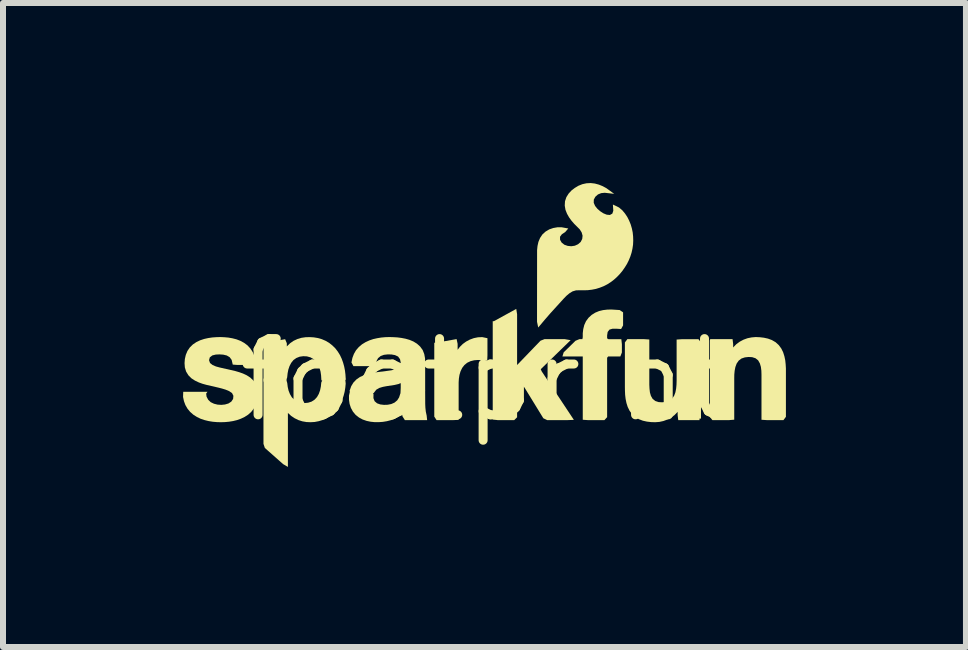
<source format=kicad_pcb>
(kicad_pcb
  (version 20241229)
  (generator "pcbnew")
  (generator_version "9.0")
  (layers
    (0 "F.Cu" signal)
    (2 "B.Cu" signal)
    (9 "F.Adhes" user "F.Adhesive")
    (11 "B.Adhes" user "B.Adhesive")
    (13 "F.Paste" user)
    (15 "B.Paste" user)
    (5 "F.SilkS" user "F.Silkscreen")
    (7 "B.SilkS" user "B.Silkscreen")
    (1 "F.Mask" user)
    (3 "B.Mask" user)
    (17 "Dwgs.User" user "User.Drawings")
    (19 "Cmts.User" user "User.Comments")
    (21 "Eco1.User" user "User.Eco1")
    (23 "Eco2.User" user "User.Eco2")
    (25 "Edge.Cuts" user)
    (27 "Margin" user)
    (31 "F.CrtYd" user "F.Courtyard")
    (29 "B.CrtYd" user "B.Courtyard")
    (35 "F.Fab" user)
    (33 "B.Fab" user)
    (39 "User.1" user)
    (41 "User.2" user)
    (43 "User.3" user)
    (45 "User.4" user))
  (footprint "footprint"
    (layer "F.Cu")
    (at 5.03 3.282)
    (property "Reference" "footprint" (at 0 0 0) (layer "F.SilkS") (effects (font (size 1.27 1.27) (thickness 0.15))))
    (fp_poly (pts (xy 0.536 -1.095) (xy 0.536 -0.25) (xy 0.926 -0.655) (xy 0.992 -0.681) (xy 1.33 -0.681) (xy 1.428 -0.664) (xy 0.93 -0.18) (xy 0.946 -0.144) (xy 1.482 0.664) (xy 1.375 0.668) (xy 1.037 0.668) (xy 0.973 0.637) (xy 0.659 0.125) (xy 0.641 0.106) (xy 0.566 0.178) (xy 0.536 0.221) (xy 0.536 0.621) (xy 0.488 0.668) (xy 0.211 0.668) (xy 0.13 0.656) (xy 0.13 -0.98) (xy 0.149 -0.98) (xy 0.522 -1.185)) (stroke (width 0) (type solid)) (fill yes) (layer "F.SilkS"))
    (fp_poly (pts (xy 0.042 -0.697) (xy 0.042 -0.41) (xy 0.038 -0.319) (xy -0.054 -0.331) (xy -0.118 -0.334) (xy -0.18 -0.329) (xy -0.24 -0.314) (xy -0.295 -0.288) (xy -0.342 -0.25) (xy -0.379 -0.202) (xy -0.406 -0.146) (xy -0.424 -0.086) (xy -0.434 -0.023) (xy -0.438 0.042) (xy -0.438 0.664) (xy -0.526 0.668) (xy -0.806 0.668) (xy -0.844 0.61) (xy -0.844 -0.622) (xy -0.82 -0.62) (xy -0.472 -0.682) (xy -0.455 -0.603) (xy -0.455 -0.503) (xy -0.419 -0.551) (xy -0.37 -0.6) (xy -0.313 -0.641) (xy -0.251 -0.674) (xy -0.185 -0.698) (xy -0.116 -0.712) (xy -0.045 -0.715)) (stroke (width 0) (type solid)) (fill yes) (layer "F.SilkS"))
    (fp_poly (pts (xy 2.245 -1.166) (xy 2.302 -1.128) (xy 2.302 -0.91) (xy 2.269 -0.85) (xy 2.188 -0.855) (xy 2.127 -0.855) (xy 2.075 -0.84) (xy 2.045 -0.801) (xy 2.036 -0.744) (xy 2.036 -0.694) (xy 2.059 -0.68) (xy 2.273 -0.68) (xy 2.282 -0.597) (xy 2.282 -0.459) (xy 2.256 -0.392) (xy 2.053 -0.392) (xy 2.036 -0.371) (xy 2.036 0.619) (xy 1.991 0.668) (xy 1.715 0.668) (xy 1.63 0.662) (xy 1.63 -0.392) (xy 1.291 -0.392) (xy 1.312 -0.461) (xy 1.509 -0.654) (xy 1.574 -0.681) (xy 1.624 -0.681) (xy 1.63 -0.714) (xy 1.63 -0.779) (xy 1.638 -0.848) (xy 1.655 -0.916) (xy 1.684 -0.98) (xy 1.726 -1.037) (xy 1.778 -1.085) (xy 1.837 -1.122) (xy 1.902 -1.149) (xy 1.969 -1.165) (xy 2.037 -1.173) (xy 2.106 -1.175)) (stroke (width 0) (type solid)) (fill yes) (layer "F.SilkS"))
    (fp_poly (pts (xy -1.857 0.236) (xy -1.858 0.302) (xy -1.838 0.353) (xy -1.797 0.388) (xy -1.743 0.407) (xy -1.682 0.414) (xy -1.62 0.412) (xy -1.56 0.4) (xy -1.506 0.376) (xy -1.461 0.338) (xy -1.43 0.289) (xy -1.409 0.223) (xy -1.36 0.177) (xy -0.996 0.177) (xy -0.995 0.399) (xy -0.992 0.464) (xy -0.985 0.527) (xy -0.971 0.592) (xy -0.963 0.668) (xy -1.334 0.668) (xy -1.374 0.605) (xy -1.38 0.57) (xy -1.387 0.574) (xy -1.441 0.612) (xy -1.502 0.645) (xy -1.567 0.669) (xy -1.633 0.686) (xy -1.7 0.697) (xy -1.768 0.702) (xy -1.836 0.702) (xy -1.904 0.695) (xy -1.971 0.681) (xy -2.037 0.658) (xy -2.098 0.625) (xy -2.154 0.581) (xy -2.199 0.527) (xy -2.233 0.465) (xy -2.255 0.398) (xy -2.265 0.329) (xy -2.265 0.259) (xy -2.246 0.177) (xy -1.88 0.177)) (stroke (width 0) (type solid)) (fill yes) (layer "F.SilkS"))
    (fp_poly (pts (xy -3.316 -0.024) (xy -3.294 0.049) (xy -3.286 0.115) (xy -3.272 0.176) (xy -3.249 0.234) (xy -3.218 0.287) (xy -3.176 0.33) (xy -3.126 0.361) (xy -3.068 0.379) (xy -3.007 0.384) (xy -2.946 0.378) (xy -2.889 0.36) (xy -2.839 0.328) (xy -2.798 0.284) (xy -2.768 0.231) (xy -2.747 0.172) (xy -2.734 0.11) (xy -2.727 0.042) (xy -2.698 -0.024) (xy -2.328 -0.024) (xy -2.32 0.061) (xy -2.327 0.13) (xy -2.338 0.197) (xy -2.355 0.263) (xy -2.377 0.328) (xy -2.405 0.39) (xy -2.439 0.45) (xy -2.48 0.506) (xy -2.527 0.556) (xy -2.581 0.6) (xy -2.64 0.637) (xy -2.703 0.666) (xy -2.769 0.686) (xy -2.837 0.699) (xy -2.906 0.703) (xy -2.975 0.7) (xy -3.043 0.688) (xy -3.109 0.667) (xy -3.172 0.636) (xy -3.23 0.597) (xy -3.281 0.55) (xy -3.283 0.547) (xy -3.283 1.448) (xy -3.363 1.401) (xy -3.667 1.132) (xy -3.69 1.064) (xy -3.69 -0.024)) (stroke (width 0) (type solid)) (fill yes) (layer "F.SilkS"))
    (fp_poly (pts (xy -2.853 -0.711) (xy -2.785 -0.7) (xy -2.719 -0.681) (xy -2.656 -0.654) (xy -2.596 -0.619) (xy -2.542 -0.576) (xy -2.493 -0.528) (xy -2.451 -0.473) (xy -2.415 -0.415) (xy -2.386 -0.353) (xy -2.363 -0.289) (xy -2.345 -0.224) (xy -2.332 -0.157) (xy -2.324 -0.09) (xy -2.319 -0.008) (xy -2.38 0.026) (xy -2.654 0.026) (xy -2.725 0.005) (xy -2.73 -0.077) (xy -2.739 -0.14) (xy -2.756 -0.2) (xy -2.78 -0.257) (xy -2.813 -0.308) (xy -2.856 -0.349) (xy -2.908 -0.378) (xy -2.966 -0.394) (xy -3.026 -0.397) (xy -3.086 -0.389) (xy -3.142 -0.367) (xy -3.19 -0.333) (xy -3.228 -0.286) (xy -3.256 -0.232) (xy -3.276 -0.173) (xy -3.288 -0.111) (xy -3.295 -0.044) (xy -3.317 0.026) (xy -3.69 0.026) (xy -3.69 -0.611) (xy -3.609 -0.63) (xy -3.329 -0.68) (xy -3.301 -0.613) (xy -3.301 -0.559) (xy -3.295 -0.566) (xy -3.245 -0.614) (xy -3.187 -0.654) (xy -3.124 -0.683) (xy -3.058 -0.703) (xy -2.989 -0.713) (xy -2.921 -0.715)) (stroke (width 0) (type solid)) (fill yes) (layer "F.SilkS"))
    (fp_poly (pts (xy 4.58 -0.713) (xy 4.648 -0.705) (xy 4.716 -0.69) (xy 4.781 -0.666) (xy 4.843 -0.63) (xy 4.896 -0.582) (xy 4.938 -0.525) (xy 4.969 -0.462) (xy 4.99 -0.395) (xy 5.004 -0.328) (xy 5.011 -0.26) (xy 5.015 -0.192) (xy 5.015 -0.125) (xy 5.015 0.613) (xy 4.974 0.668) (xy 4.695 0.668) (xy 4.608 0.662) (xy 4.608 -0.091) (xy 4.606 -0.156) (xy 4.598 -0.219) (xy 4.581 -0.277) (xy 4.552 -0.328) (xy 4.508 -0.363) (xy 4.452 -0.381) (xy 4.391 -0.384) (xy 4.33 -0.377) (xy 4.274 -0.358) (xy 4.228 -0.323) (xy 4.194 -0.274) (xy 4.173 -0.217) (xy 4.161 -0.155) (xy 4.155 -0.091) (xy 4.154 -0.026) (xy 4.154 0.661) (xy 4.068 0.668) (xy 3.79 0.668) (xy 3.747 0.615) (xy 3.747 -0.659) (xy 3.754 -0.681) (xy 4.126 -0.681) (xy 4.136 -0.598) (xy 4.136 -0.541) (xy 4.141 -0.548) (xy 4.19 -0.598) (xy 4.246 -0.639) (xy 4.308 -0.672) (xy 4.374 -0.696) (xy 4.442 -0.71) (xy 4.511 -0.716)) (stroke (width 0) (type solid)) (fill yes) (layer "F.SilkS"))
    (fp_poly (pts (xy 2.739 -0.675) (xy 2.739 0.078) (xy 2.742 0.143) (xy 2.749 0.206) (xy 2.766 0.265) (xy 2.795 0.315) (xy 2.84 0.35) (xy 2.895 0.368) (xy 2.956 0.371) (xy 3.017 0.364) (xy 3.073 0.345) (xy 3.12 0.31) (xy 3.153 0.261) (xy 3.174 0.204) (xy 3.186 0.142) (xy 3.192 0.078) (xy 3.194 0.013) (xy 3.194 -0.674) (xy 3.279 -0.68) (xy 3.558 -0.68) (xy 3.6 -0.627) (xy 3.6 0.643) (xy 3.575 0.643) (xy 3.575 0.668) (xy 3.221 0.668) (xy 3.211 0.585) (xy 3.211 0.529) (xy 3.207 0.535) (xy 3.158 0.585) (xy 3.101 0.627) (xy 3.04 0.659) (xy 2.974 0.683) (xy 2.906 0.698) (xy 2.837 0.703) (xy 2.768 0.701) (xy 2.7 0.693) (xy 2.632 0.678) (xy 2.566 0.653) (xy 2.505 0.617) (xy 2.452 0.569) (xy 2.41 0.512) (xy 2.379 0.449) (xy 2.358 0.383) (xy 2.344 0.315) (xy 2.336 0.247) (xy 2.333 0.18) (xy 2.332 0.113) (xy 2.332 -0.626) (xy 2.373 -0.681) (xy 2.652 -0.681)) (stroke (width 0) (type solid)) (fill yes) (layer "F.SilkS"))
    (fp_poly (pts (xy -1.524 -0.714) (xy -1.457 -0.71) (xy -1.389 -0.701) (xy -1.322 -0.688) (xy -1.256 -0.669) (xy -1.192 -0.642) (xy -1.132 -0.605) (xy -1.079 -0.557) (xy -1.037 -0.499) (xy -1.011 -0.432) (xy -0.998 -0.362) (xy -0.996 -0.294) (xy -0.996 0.182) (xy -1.047 0.228) (xy -1.323 0.228) (xy -1.407 0.219) (xy -1.403 0.129) (xy -1.403 0.066) (xy -1.405 0.051) (xy -1.437 0.066) (xy -1.505 0.082) (xy -1.637 0.102) (xy -1.7 0.114) (xy -1.76 0.132) (xy -1.81 0.161) (xy -1.854 0.217) (xy -1.926 0.228) (xy -2.202 0.228) (xy -2.257 0.185) (xy -2.228 0.103) (xy -2.191 0.042) (xy -2.141 -0.01) (xy -2.083 -0.05) (xy -2.019 -0.079) (xy -1.954 -0.101) (xy -1.888 -0.117) (xy -1.821 -0.128) (xy -1.623 -0.153) (xy -1.559 -0.162) (xy -1.497 -0.177) (xy -1.443 -0.2) (xy -1.409 -0.238) (xy -1.403 -0.292) (xy -1.415 -0.347) (xy -1.447 -0.391) (xy -1.498 -0.415) (xy -1.558 -0.426) (xy -1.621 -0.427) (xy -1.682 -0.42) (xy -1.737 -0.4) (xy -1.781 -0.364) (xy -1.808 -0.313) (xy -1.824 -0.232) (xy -2.191 -0.231) (xy -2.224 -0.293) (xy -2.208 -0.369) (xy -2.183 -0.435) (xy -2.148 -0.496) (xy -2.102 -0.549) (xy -2.048 -0.595) (xy -1.989 -0.631) (xy -1.926 -0.66) (xy -1.861 -0.682) (xy -1.794 -0.697) (xy -1.727 -0.708) (xy -1.659 -0.714) (xy -1.591 -0.716)) (stroke (width 0) (type solid)) (fill yes) (layer "F.SilkS"))
    (fp_poly (pts (xy -4.341 -0.713) (xy -4.274 -0.707) (xy -4.206 -0.695) (xy -4.14 -0.678) (xy -4.075 -0.653) (xy -4.014 -0.62) (xy -3.957 -0.578) (xy -3.909 -0.526) (xy -3.87 -0.467) (xy -3.843 -0.403) (xy -3.824 -0.332) (xy -3.831 -0.251) (xy -4.121 -0.251) (xy -4.202 -0.257) (xy -4.22 -0.335) (xy -4.253 -0.38) (xy -4.302 -0.409) (xy -4.361 -0.423) (xy -4.423 -0.427) (xy -4.485 -0.424) (xy -4.542 -0.41) (xy -4.584 -0.378) (xy -4.597 -0.331) (xy -4.581 -0.284) (xy -4.538 -0.25) (xy -4.482 -0.226) (xy -4.42 -0.209) (xy -4.161 -0.15) (xy -4.096 -0.131) (xy -4.031 -0.108) (xy -3.969 -0.079) (xy -3.91 -0.041) (xy -3.858 0.008) (xy -3.817 0.068) (xy -3.793 0.135) (xy -3.783 0.205) (xy -3.784 0.275) (xy -3.795 0.344) (xy -3.817 0.411) (xy -3.85 0.474) (xy -3.893 0.53) (xy -3.945 0.577) (xy -4.004 0.615) (xy -4.067 0.645) (xy -4.132 0.668) (xy -4.198 0.684) (xy -4.266 0.695) (xy -4.333 0.701) (xy -4.401 0.703) (xy -4.469 0.701) (xy -4.537 0.695) (xy -4.604 0.684) (xy -4.67 0.668) (xy -4.736 0.646) (xy -4.798 0.616) (xy -4.857 0.579) (xy -4.91 0.533) (xy -4.955 0.479) (xy -4.991 0.417) (xy -5.015 0.352) (xy -5.03 0.282) (xy -5.027 0.196) (xy -4.623 0.196) (xy -4.645 0.227) (xy -4.638 0.278) (xy -4.611 0.329) (xy -4.569 0.369) (xy -4.515 0.395) (xy -4.455 0.41) (xy -4.393 0.414) (xy -4.332 0.408) (xy -4.274 0.391) (xy -4.226 0.36) (xy -4.196 0.315) (xy -4.191 0.263) (xy -4.214 0.217) (xy -4.262 0.185) (xy -4.319 0.161) (xy -4.381 0.142) (xy -4.444 0.126) (xy -4.639 0.081) (xy -4.704 0.063) (xy -4.768 0.04) (xy -4.831 0.01) (xy -4.89 -0.028) (xy -4.941 -0.079) (xy -4.979 -0.141) (xy -5 -0.21) (xy -5.005 -0.28) (xy -5 -0.35) (xy -4.984 -0.419) (xy -4.957 -0.484) (xy -4.917 -0.543) (xy -4.866 -0.593) (xy -4.808 -0.632) (xy -4.745 -0.662) (xy -4.679 -0.684) (xy -4.612 -0.699) (xy -4.545 -0.709) (xy -4.477 -0.714) (xy -4.409 -0.716)) (stroke (width 0) (type solid)) (fill yes) (layer "F.SilkS"))
    (fp_poly (pts (xy 1.831 -3.274) (xy 1.898 -3.256) (xy 1.962 -3.23) (xy 2.023 -3.197) (xy 2.154 -3.102) (xy 1.996 -3.12) (xy 1.937 -3.114) (xy 1.883 -3.092) (xy 1.84 -3.054) (xy 1.814 -3.006) (xy 1.813 -2.952) (xy 1.836 -2.9) (xy 1.874 -2.853) (xy 1.921 -2.812) (xy 1.973 -2.778) (xy 2.029 -2.755) (xy 2.082 -2.75) (xy 2.123 -2.773) (xy 2.139 -2.821) (xy 2.132 -2.924) (xy 2.173 -2.905) (xy 2.235 -2.874) (xy 2.289 -2.828) (xy 2.334 -2.774) (xy 2.372 -2.717) (xy 2.403 -2.656) (xy 2.429 -2.592) (xy 2.448 -2.527) (xy 2.462 -2.46) (xy 2.469 -2.392) (xy 2.471 -2.324) (xy 2.468 -2.256) (xy 2.458 -2.188) (xy 2.443 -2.121) (xy 2.422 -2.056) (xy 2.396 -1.993) (xy 2.366 -1.933) (xy 2.33 -1.875) (xy 2.291 -1.819) (xy 2.248 -1.767) (xy 2.201 -1.718) (xy 2.15 -1.672) (xy 2.096 -1.631) (xy 2.038 -1.594) (xy 1.977 -1.563) (xy 1.913 -1.538) (xy 1.848 -1.518) (xy 1.781 -1.505) (xy 1.713 -1.497) (xy 1.645 -1.495) (xy 1.579 -1.496) (xy 1.517 -1.494) (xy 1.46 -1.477) (xy 1.408 -1.445) (xy 1.36 -1.405) (xy 1.315 -1.359) (xy 1.093 -1.115) (xy 1.006 -1.015) (xy 0.888 -0.875) (xy 0.868 -0.97) (xy 0.869 -2.164) (xy 0.876 -2.233) (xy 0.891 -2.301) (xy 0.918 -2.366) (xy 0.958 -2.426) (xy 1.011 -2.474) (xy 1.072 -2.51) (xy 1.139 -2.533) (xy 1.208 -2.545) (xy 1.279 -2.545) (xy 1.389 -2.525) (xy 1.337 -2.465) (xy 1.282 -2.429) (xy 1.251 -2.387) (xy 1.252 -2.336) (xy 1.279 -2.289) (xy 1.324 -2.254) (xy 1.379 -2.235) (xy 1.439 -2.229) (xy 1.498 -2.238) (xy 1.551 -2.262) (xy 1.595 -2.3) (xy 1.621 -2.35) (xy 1.627 -2.405) (xy 1.611 -2.461) (xy 1.579 -2.511) (xy 1.487 -2.603) (xy 1.442 -2.655) (xy 1.402 -2.71) (xy 1.368 -2.77) (xy 1.342 -2.836) (xy 1.33 -2.906) (xy 1.334 -2.978) (xy 1.357 -3.047) (xy 1.395 -3.107) (xy 1.443 -3.159) (xy 1.498 -3.201) (xy 1.558 -3.237) (xy 1.623 -3.263) (xy 1.691 -3.278) (xy 1.762 -3.282)) (stroke (width 0) (type solid)) (fill yes) (layer "F.SilkS")))
  (gr_rect
    (start -3 -3)
    (end 13.045 7.73)
    (stroke (width 0.1) (type default))
    (fill no)
    (layer "Edge.Cuts")))
</source>
